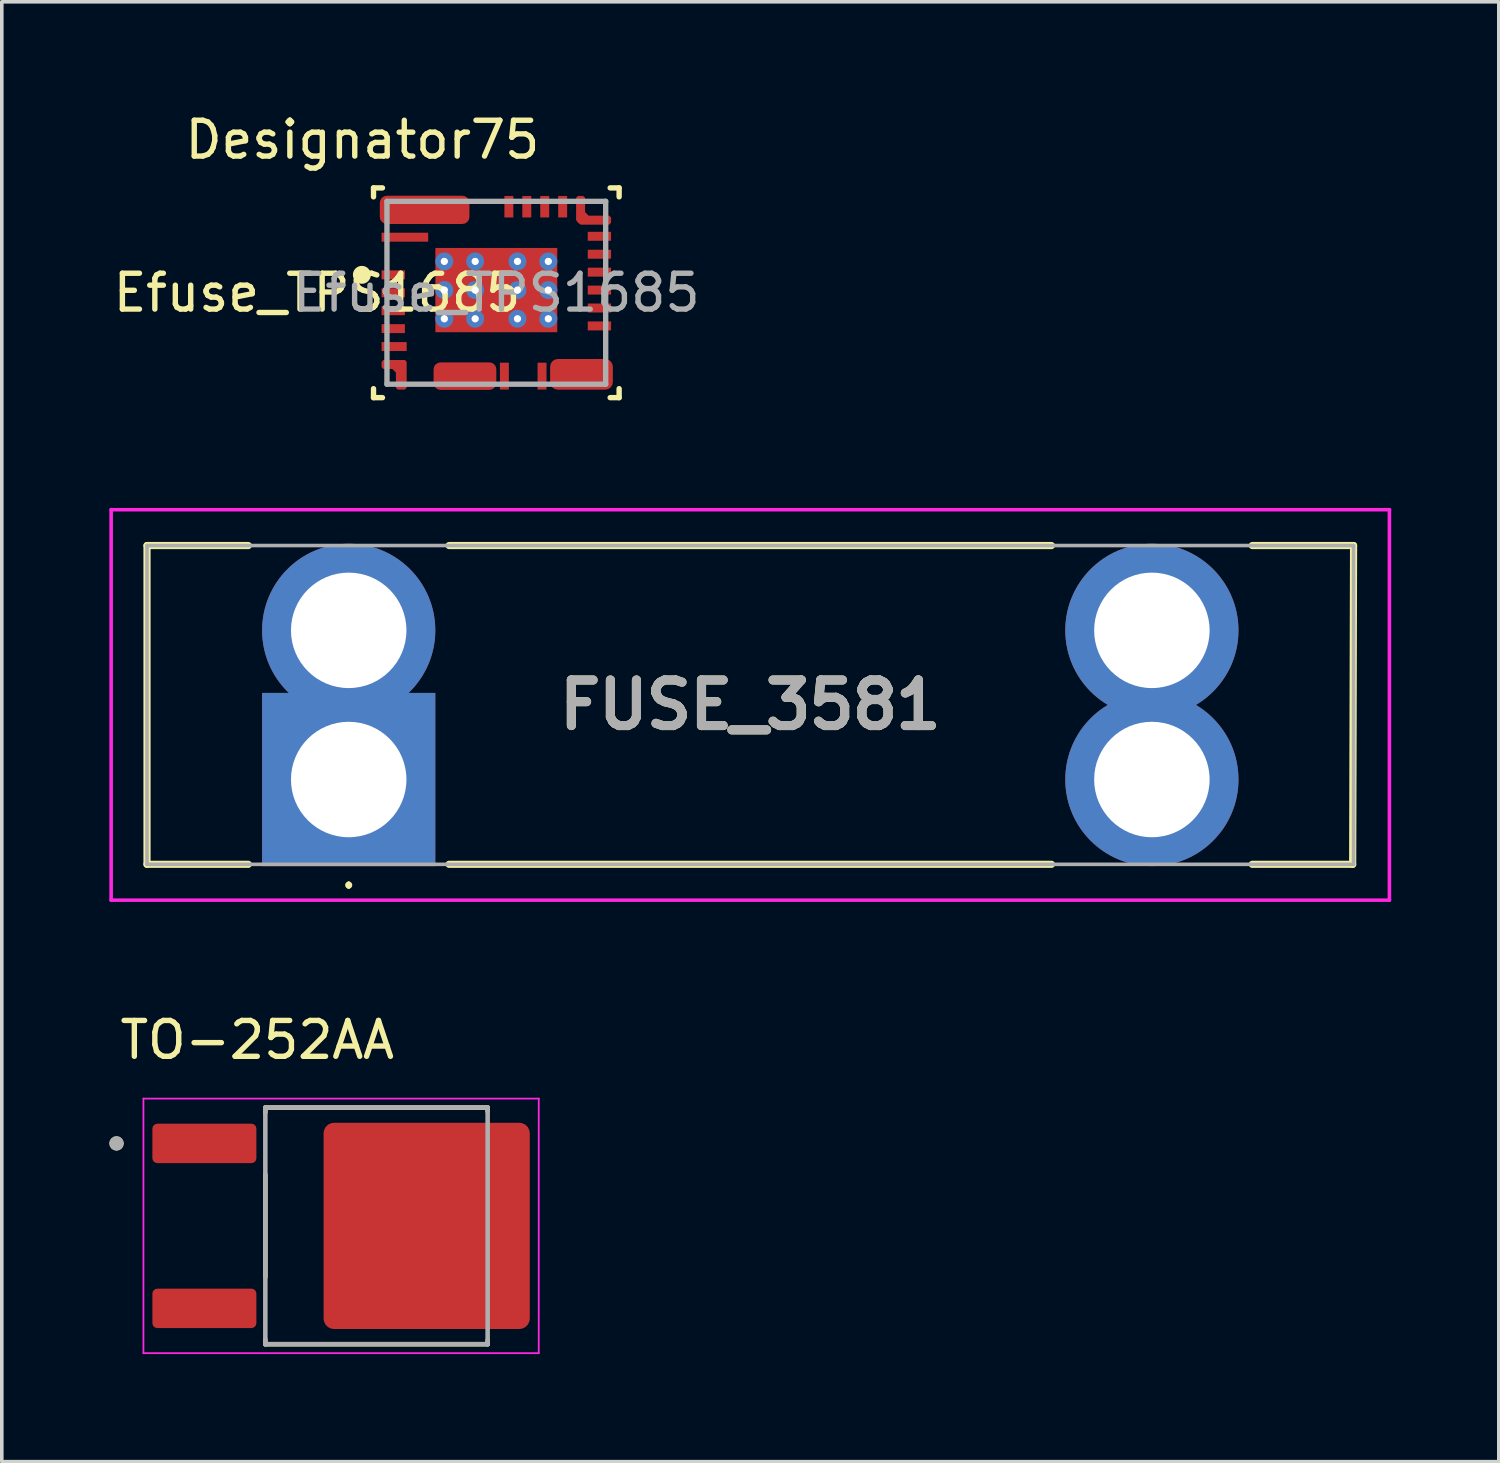
<source format=kicad_pcb>
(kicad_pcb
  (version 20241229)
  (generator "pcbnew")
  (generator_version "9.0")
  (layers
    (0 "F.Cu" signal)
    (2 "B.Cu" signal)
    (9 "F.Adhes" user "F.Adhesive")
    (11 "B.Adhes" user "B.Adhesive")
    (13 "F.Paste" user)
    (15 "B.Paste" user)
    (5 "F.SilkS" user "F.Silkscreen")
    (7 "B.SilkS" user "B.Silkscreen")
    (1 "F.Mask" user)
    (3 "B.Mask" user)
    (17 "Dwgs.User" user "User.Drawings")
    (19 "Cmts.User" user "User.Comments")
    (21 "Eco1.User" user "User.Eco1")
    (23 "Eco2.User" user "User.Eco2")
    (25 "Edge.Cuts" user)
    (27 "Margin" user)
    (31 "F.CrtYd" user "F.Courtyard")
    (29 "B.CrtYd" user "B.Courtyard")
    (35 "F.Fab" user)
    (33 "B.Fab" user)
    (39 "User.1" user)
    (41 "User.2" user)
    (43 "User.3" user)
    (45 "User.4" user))
  (footprint "Efuse_TPS1685"
    (layer "F.Cu")
    (at 10.792 5.115)
    (property "Reference" "Efuse_TPS1685" (at -5 0 0) (unlocked yes) (layer "F.SilkS") (effects (font (size 1 1) (thickness 0.15))))
    (attr smd)
    (fp_poly (pts (xy -3.15 2.125) (xy -3.2 2.075) (xy -3.2 1.925) (xy -3.15 1.875) (xy -2.55 1.875) (xy -2.5 1.925) (xy -2.5 2.65) (xy -2.55 2.7) (xy -2.75 2.7) (xy -2.8 2.65) (xy -2.8 2.225) (xy -2.9 2.125)) (stroke (width 0) (type solid)) (fill yes) (layer "F.Cu"))
    (fp_poly (pts (xy 3.15 -2.15) (xy 3.2 -2.1) (xy 3.2 -1.95) (xy 3.15 -1.9) (xy 2.35 -1.9) (xy 2.225 -2.025) (xy 2.225 -2.65) (xy 2.275 -2.7) (xy 2.425 -2.7) (xy 2.475 -2.65) (xy 2.475 -2.25) (xy 2.575 -2.15)) (stroke (width 0) (type solid)) (fill yes) (layer "F.Cu"))
    (fp_poly (pts (xy -3.15 2.125) (xy -3.2 2.075) (xy -3.2 1.925) (xy -3.15 1.875) (xy -2.55 1.875) (xy -2.5 1.925) (xy -2.5 2.65) (xy -2.55 2.7) (xy -2.75 2.7) (xy -2.8 2.65) (xy -2.8 2.225) (xy -2.9 2.125)) (stroke (width 0) (type solid)) (fill yes) (layer "F.Mask"))
    (fp_poly (pts (xy 3.15 -2.15) (xy 3.2 -2.1) (xy 3.2 -1.95) (xy 3.15 -1.9) (xy 2.35 -1.9) (xy 2.225 -2.025) (xy 2.225 -2.65) (xy 2.275 -2.7) (xy 2.425 -2.7) (xy 2.475 -2.65) (xy 2.475 -2.25) (xy 2.575 -2.15)) (stroke (width 0) (type solid)) (fill yes) (layer "F.Mask"))
    (fp_poly (pts (xy 3.15 1.85) (xy 3.2 1.9) (xy 3.2 2.2) (xy 3.15 2.25) (xy 2.45 2.25) (xy 2.4 2.3) (xy 2.4 2.65) (xy 2.35 2.7) (xy 2.2 2.7) (xy 2.15 2.65) (xy 2.15 2.3) (xy 2.1 2.25) (xy 1.95 2.25) (xy 1.9 2.3) (xy 1.9 2.65) (xy 1.85 2.7) (xy 1.7 2.7) (xy 1.65 2.65) (xy 1.65 2) (xy 1.775 1.85)) (stroke (width 0) (type solid)) (fill yes) (layer "F.Mask"))
    (fp_poly (pts (xy -1.5 2.65) (xy -1.55 2.7) (xy -1.65 2.7) (xy -1.7 2.65) (xy -1.7 2.075) (xy -1.575 1.95) (xy -0.275 1.95) (xy -0.15 2.075) (xy -0.15 2.65) (xy -0.2 2.7) (xy -0.3 2.7) (xy -0.35 2.65) (xy -0.35 2.3) (xy -0.4 2.25) (xy -0.55 2.25) (xy -0.6 2.3) (xy -0.6 2.65) (xy -0.65 2.7) (xy -0.75 2.7) (xy -0.8 2.65) (xy -0.8 2.3) (xy -0.85 2.25) (xy -1 2.25) (xy -1.05 2.3) (xy -1.05 2.65) (xy -1.1 2.7) (xy -1.2 2.7) (xy -1.25 2.65) (xy -1.25 2.3) (xy -1.3 2.25) (xy -1.45 2.25) (xy -1.5 2.3)) (stroke (width 0) (type solid)) (fill yes) (layer "F.Mask"))
    (fp_poly (pts (xy -1.05 -2.7) (xy -1 -2.65) (xy -1 -1.975) (xy -1.05 -1.925) (xy -3.15 -1.925) (xy -3.2 -1.975) (xy -3.2 -2.125) (xy -3.15 -2.175) (xy -2.8 -2.175) (xy -2.75 -2.225) (xy -2.75 -2.65) (xy -2.7 -2.7) (xy -2.55 -2.7) (xy -2.5 -2.65) (xy -2.5 -2.3) (xy -2.45 -2.25) (xy -2.3 -2.25) (xy -2.25 -2.3) (xy -2.25 -2.65) (xy -2.2 -2.7) (xy -2.05 -2.7) (xy -2 -2.65) (xy -2 -2.3) (xy -1.95 -2.25) (xy -1.8 -2.25) (xy -1.75 -2.3) (xy -1.75 -2.65) (xy -1.7 -2.7) (xy -1.55 -2.7) (xy -1.5 -2.65) (xy -1.5 -2.3) (xy -1.45 -2.25) (xy -1.3 -2.25) (xy -1.25 -2.3) (xy -1.25 -2.65) (xy -1.2 -2.7)) (stroke (width 0) (type solid)) (fill yes) (layer "F.Mask"))
    (fp_line (start -3.425 -2.925) (end -3.175 -2.925) (stroke (width 0.15) (type solid)) (layer "F.SilkS"))
    (fp_line (start -3.425 -2.675) (end -3.425 -2.925) (stroke (width 0.15) (type solid)) (layer "F.SilkS"))
    (fp_line (start -3.425 2.925) (end -3.425 2.675) (stroke (width 0.15) (type solid)) (layer "F.SilkS"))
    (fp_line (start -3.425 2.925) (end -3.175 2.925) (stroke (width 0.15) (type solid)) (layer "F.SilkS"))
    (fp_line (start 3.175 -2.925) (end 3.425 -2.925) (stroke (width 0.15) (type solid)) (layer "F.SilkS"))
    (fp_line (start 3.175 2.925) (end 3.425 2.925) (stroke (width 0.15) (type solid)) (layer "F.SilkS"))
    (fp_line (start 3.425 -2.675) (end 3.425 -2.925) (stroke (width 0.15) (type solid)) (layer "F.SilkS"))
    (fp_line (start 3.425 2.925) (end 3.425 2.675) (stroke (width 0.15) (type solid)) (layer "F.SilkS"))
    (fp_circle (center -3.75 -0.5) (end -3.625 -0.5) (stroke (width 0.25) (type solid)) (fill no) (layer "F.SilkS"))
    (fp_poly (pts (xy -1.67 -1.165) (xy -1.62 -1.215) (xy -0.74 -1.215) (xy -0.69 -1.165) (xy -0.69 -0.225) (xy -0.74 -0.175) (xy -1.62 -0.175) (xy -1.67 -0.225)) (stroke (width 0) (type solid)) (fill yes) (layer "F.Paste"))
    (fp_poly (pts (xy -1.67 0.075) (xy -1.62 0.025) (xy -0.74 0.025) (xy -0.69 0.075) (xy -0.69 1.015) (xy -0.74 1.065) (xy -1.62 1.065) (xy -1.67 1.015)) (stroke (width 0) (type solid)) (fill yes) (layer "F.Paste"))
    (fp_poly (pts (xy -0.44 -1.215) (xy 0.44 -1.215) (xy 0.49 -1.165) (xy 0.49 -0.225) (xy 0.44 -0.175) (xy -0.44 -0.175) (xy -0.49 -0.225) (xy -0.49 -1.165)) (stroke (width 0) (type solid)) (fill yes) (layer "F.Paste"))
    (fp_poly (pts (xy 0.49 0.075) (xy 0.49 1.015) (xy 0.44 1.065) (xy -0.44 1.065) (xy -0.49 1.015) (xy -0.49 0.075) (xy -0.44 0.025) (xy 0.44 0.025)) (stroke (width 0) (type solid)) (fill yes) (layer "F.Paste"))
    (fp_poly (pts (xy 0.74 -0.175) (xy 0.69 -0.225) (xy 0.69 -1.165) (xy 0.74 -1.215) (xy 1.62 -1.215) (xy 1.67 -1.165) (xy 1.67 -0.225) (xy 1.62 -0.175)) (stroke (width 0) (type solid)) (fill yes) (layer "F.Paste"))
    (fp_poly (pts (xy 0.74 0.025) (xy 1.62 0.025) (xy 1.67 0.075) (xy 1.67 1.015) (xy 1.62 1.065) (xy 0.74 1.065) (xy 0.69 1.015) (xy 0.69 0.075)) (stroke (width 0) (type solid)) (fill yes) (layer "F.Paste"))
    (fp_poly (pts (xy -3.15 2.125) (xy -3.2 2.075) (xy -3.2 1.925) (xy -3.15 1.875) (xy -2.55 1.875) (xy -2.5 1.925) (xy -2.5 2.65) (xy -2.55 2.7) (xy -2.75 2.7) (xy -2.8 2.65) (xy -2.8 2.225) (xy -2.9 2.125)) (stroke (width 0) (type solid)) (fill yes) (layer "F.Paste"))
    (fp_poly (pts (xy 3.15 -2.15) (xy 3.2 -2.1) (xy 3.2 -1.95) (xy 3.15 -1.9) (xy 2.35 -1.9) (xy 2.225 -2.025) (xy 2.225 -2.65) (xy 2.275 -2.7) (xy 2.425 -2.7) (xy 2.475 -2.65) (xy 2.475 -2.25) (xy 2.575 -2.15)) (stroke (width 0) (type solid)) (fill yes) (layer "F.Paste"))
    (fp_poly (pts (xy 3.15 1.85) (xy 3.2 1.9) (xy 3.2 2.2) (xy 3.15 2.25) (xy 2.45 2.25) (xy 2.4 2.3) (xy 2.4 2.65) (xy 2.35 2.7) (xy 2.2 2.7) (xy 2.15 2.65) (xy 2.15 2.3) (xy 2.1 2.25) (xy 1.95 2.25) (xy 1.9 2.3) (xy 1.9 2.65) (xy 1.85 2.7) (xy 1.7 2.7) (xy 1.65 2.65) (xy 1.65 2) (xy 1.775 1.85)) (stroke (width 0) (type solid)) (fill yes) (layer "F.Paste"))
    (fp_poly (pts (xy -1.5 2.65) (xy -1.55 2.7) (xy -1.65 2.7) (xy -1.7 2.65) (xy -1.7 2.075) (xy -1.575 1.95) (xy -0.275 1.95) (xy -0.15 2.075) (xy -0.15 2.65) (xy -0.2 2.7) (xy -0.3 2.7) (xy -0.35 2.65) (xy -0.35 2.3) (xy -0.4 2.25) (xy -0.55 2.25) (xy -0.6 2.3) (xy -0.6 2.65) (xy -0.65 2.7) (xy -0.75 2.7) (xy -0.8 2.65) (xy -0.8 2.3) (xy -0.85 2.25) (xy -1 2.25) (xy -1.05 2.3) (xy -1.05 2.65) (xy -1.1 2.7) (xy -1.2 2.7) (xy -1.25 2.65) (xy -1.25 2.3) (xy -1.3 2.25) (xy -1.45 2.25) (xy -1.5 2.3)) (stroke (width 0) (type solid)) (fill yes) (layer "F.Paste"))
    (fp_poly (pts (xy -1.05 -2.7) (xy -1 -2.65) (xy -1 -1.975) (xy -1.05 -1.925) (xy -3.15 -1.925) (xy -3.2 -1.975) (xy -3.2 -2.125) (xy -3.15 -2.175) (xy -2.8 -2.175) (xy -2.75 -2.225) (xy -2.75 -2.65) (xy -2.7 -2.7) (xy -2.55 -2.7) (xy -2.5 -2.65) (xy -2.5 -2.3) (xy -2.45 -2.25) (xy -2.3 -2.25) (xy -2.25 -2.3) (xy -2.25 -2.65) (xy -2.2 -2.7) (xy -2.05 -2.7) (xy -2 -2.65) (xy -2 -2.3) (xy -1.95 -2.25) (xy -1.8 -2.25) (xy -1.75 -2.3) (xy -1.75 -2.65) (xy -1.7 -2.7) (xy -1.55 -2.7) (xy -1.5 -2.65) (xy -1.5 -2.3) (xy -1.45 -2.25) (xy -1.3 -2.25) (xy -1.25 -2.3) (xy -1.25 -2.65) (xy -1.2 -2.7)) (stroke (width 0) (type solid)) (fill yes) (layer "F.Paste"))
    (fp_line (start -3.05 -2.55) (end 3.05 -2.55) (stroke (width 0.15) (type solid)) (layer "F.Fab"))
    (fp_line (start -3.05 2.55) (end -3.05 -2.55) (stroke (width 0.15) (type solid)) (layer "F.Fab"))
    (fp_line (start -3.05 2.55) (end 3.05 2.55) (stroke (width 0.15) (type solid)) (layer "F.Fab"))
    (fp_line (start 3.05 2.55) (end 3.05 -2.55) (stroke (width 0.15) (type solid)) (layer "F.Fab"))
    (fp_text user "Designator75" (at -3.734 -4.267 0) (unlocked yes) (layer "F.SilkS") (effects (font (size 1 1) (thickness 0.15))))
    (fp_text user "${REFERENCE}" (at 0 0 0) (unlocked yes) (layer "F.Fab") (effects (font (size 1 1) (thickness 0.15))))
    (pad "1" smd rect (at -2.875 -0.5) (size 0.65 0.25) (layers "F.Cu" "F.Mask" "F.Paste"))
    (pad "2" smd rect (at -2.875 0) (size 0.65 0.25) (layers "F.Cu" "F.Mask" "F.Paste"))
    (pad "3" smd rect (at -2.875 0.5) (size 0.65 0.25) (layers "F.Cu" "F.Mask" "F.Paste"))
    (pad "4" smd rect (at -2.875 1) (size 0.65 0.25) (layers "F.Cu" "F.Mask" "F.Paste"))
    (pad "5" smd rect (at -2.85 1.5) (size 0.7 0.25) (layers "F.Cu" "F.Mask" "F.Paste"))
    (pad "6" smd circle (at -2.675 2.175) (size 0.235 0.235) (layers "F.Cu" "F.Mask" "F.Paste"))
    (pad "7" smd roundrect (at -0.875 2.325) (size 1.75 0.765) (layers "F.Cu") (roundrect_rratio 0.25))
    (pad "8" smd rect (at 0.225 2.325) (size 0.25 0.75) (layers "F.Cu" "F.Mask" "F.Paste"))
    (pad "9" smd rect (at 1.275 2.325) (size 0.25 0.75) (layers "F.Cu" "F.Mask" "F.Paste"))
    (pad "10" smd roundrect (at 2.375 2.275) (size 1.75 0.855) (layers "F.Cu") (roundrect_rratio 0.25))
    (pad "11" smd rect (at 2.875 0.925) (size 0.65 0.25) (layers "F.Cu" "F.Mask" "F.Paste"))
    (pad "12" smd rect (at 2.875 0.425) (size 0.65 0.25) (layers "F.Cu" "F.Mask" "F.Paste"))
    (pad "13" smd rect (at 2.875 -0.075) (size 0.65 0.25) (layers "F.Cu" "F.Mask" "F.Paste"))
    (pad "14" smd rect (at 2.875 -0.575) (size 0.65 0.25) (layers "F.Cu" "F.Mask" "F.Paste"))
    (pad "15" smd rect (at 2.875 -1.075) (size 0.65 0.25) (layers "F.Cu" "F.Mask" "F.Paste"))
    (pad "16" smd rect (at 2.875 -1.575) (size 0.65 0.25) (layers "F.Cu" "F.Mask" "F.Paste"))
    (pad "17" smd circle (at 2.375 -2.05) (size 0.27 0.27) (layers "F.Cu" "F.Mask" "F.Paste"))
    (pad "18" smd rect (at 1.85 -2.4) (size 0.25 0.6) (layers "F.Cu" "F.Mask" "F.Paste"))
    (pad "19" smd rect (at 1.35 -2.4) (size 0.25 0.6) (layers "F.Cu" "F.Mask" "F.Paste"))
    (pad "20" smd rect (at 0.85 -2.4) (size 0.25 0.6) (layers "F.Cu" "F.Mask" "F.Paste"))
    (pad "21" smd rect (at 0.35 -2.4) (size 0.25 0.6) (layers "F.Cu" "F.Mask" "F.Paste"))
    (pad "22" smd roundrect (at -2 -2.312) (size 2.5 0.788) (layers "F.Cu") (roundrect_rratio 0.25))
    (pad "23" smd rect (at -2.55 -1.55) (size 1.3 0.25) (layers "F.Cu" "F.Mask" "F.Paste"))
    (pad "24" thru_hole circle (at -1.45 -0.875) (size 0.5 0.5) (drill 0.203) (layers "*.Cu" "*.Mask"))
    (pad "24" thru_hole circle (at -1.45 -0.075) (size 0.5 0.5) (drill 0.203) (layers "*.Cu" "*.Mask"))
    (pad "24" thru_hole circle (at -1.45 0.725) (size 0.5 0.5) (drill 0.203) (layers "*.Cu" "*.Mask"))
    (pad "24" thru_hole circle (at -0.59 -0.875) (size 0.5 0.5) (drill 0.203) (layers "*.Cu" "*.Mask"))
    (pad "24" thru_hole circle (at -0.59 -0.075) (size 0.5 0.5) (drill 0.203) (layers "*.Cu" "*.Mask"))
    (pad "24" thru_hole circle (at -0.59 0.725) (size 0.5 0.5) (drill 0.203) (layers "*.Cu" "*.Mask"))
    (pad "24" smd rect (at 0 -0.075) (size 3.4 2.35) (layers "F.Cu" "F.Mask"))
    (pad "24" thru_hole circle (at 0.59 -0.875) (size 0.5 0.5) (drill 0.203) (layers "*.Cu" "*.Mask"))
    (pad "24" thru_hole circle (at 0.59 -0.075) (size 0.5 0.5) (drill 0.203) (layers "*.Cu" "*.Mask"))
    (pad "24" thru_hole circle (at 0.59 0.725) (size 0.5 0.5) (drill 0.203) (layers "*.Cu" "*.Mask"))
    (pad "24" thru_hole circle (at 1.45 -0.875) (size 0.5 0.5) (drill 0.203) (layers "*.Cu" "*.Mask"))
    (pad "24" thru_hole circle (at 1.45 -0.075) (size 0.5 0.5) (drill 0.203) (layers "*.Cu" "*.Mask"))
    (pad "24" thru_hole circle (at 1.45 0.725) (size 0.5 0.5) (drill 0.203) (layers "*.Cu" "*.Mask")))
  (footprint "TO-252AA"
    (layer "F.Cu")
    (at 6.5 31.139)
    (property "Reference" "TO-252AA" (at -2.375 -5.185 0) (layer "F.SilkS") (effects (font (size 1 1) (thickness 0.15))))
    (attr smd)
    (fp_line (start -2.15 -3.3) (end 4.05 -3.3) (stroke (width 0.127) (type solid)) (layer "F.SilkS"))
    (fp_line (start -2.15 -3.17) (end -2.15 -3.3) (stroke (width 0.127) (type solid)) (layer "F.SilkS"))
    (fp_line (start -2.15 -1.43) (end -2.15 1.43) (stroke (width 0.127) (type solid)) (layer "F.SilkS"))
    (fp_line (start -2.15 3.3) (end -2.15 3.17) (stroke (width 0.127) (type solid)) (layer "F.SilkS"))
    (fp_line (start 4.05 -3.3) (end 4.05 -3.195) (stroke (width 0.127) (type solid)) (layer "F.SilkS"))
    (fp_line (start 4.05 3.3) (end -2.15 3.3) (stroke (width 0.127) (type solid)) (layer "F.SilkS"))
    (fp_line (start 4.05 3.3) (end 4.05 3.195) (stroke (width 0.127) (type solid)) (layer "F.SilkS"))
    (fp_circle (center -6.3 -2.3) (end -6.2 -2.3) (stroke (width 0.2) (type solid)) (fill no) (layer "F.SilkS"))
    (fp_poly (pts (xy 0.005 -2.345) (xy 1.825 -2.345) (xy 1.825 -0.525) (xy 0.005 -0.525)) (stroke (width 0.01) (type solid)) (fill yes) (layer "F.Paste"))
    (fp_poly (pts (xy 0.005 0.525) (xy 1.825 0.525) (xy 1.825 2.345) (xy 0.005 2.345)) (stroke (width 0.01) (type solid)) (fill yes) (layer "F.Paste"))
    (fp_poly (pts (xy 2.875 -2.345) (xy 4.695 -2.345) (xy 4.695 -0.525) (xy 2.875 -0.525)) (stroke (width 0.01) (type solid)) (fill yes) (layer "F.Paste"))
    (fp_poly (pts (xy 2.875 0.525) (xy 4.695 0.525) (xy 4.695 2.345) (xy 2.875 2.345)) (stroke (width 0.01) (type solid)) (fill yes) (layer "F.Paste"))
    (fp_line (start -5.55 -3.55) (end -5.55 3.55) (stroke (width 0.05) (type solid)) (layer "F.CrtYd"))
    (fp_line (start -5.55 3.55) (end 5.475 3.55) (stroke (width 0.05) (type solid)) (layer "F.CrtYd"))
    (fp_line (start 5.475 -3.55) (end -5.55 -3.55) (stroke (width 0.05) (type solid)) (layer "F.CrtYd"))
    (fp_line (start 5.475 3.55) (end 5.475 -3.55) (stroke (width 0.05) (type solid)) (layer "F.CrtYd"))
    (fp_line (start -2.15 -3.3) (end 4.05 -3.3) (stroke (width 0.127) (type solid)) (layer "F.Fab"))
    (fp_line (start -2.15 3.3) (end -2.15 -3.3) (stroke (width 0.127) (type solid)) (layer "F.Fab"))
    (fp_line (start 4.05 -3.3) (end 4.05 3.3) (stroke (width 0.127) (type solid)) (layer "F.Fab"))
    (fp_line (start 4.05 3.3) (end -2.15 3.3) (stroke (width 0.127) (type solid)) (layer "F.Fab"))
    (fp_circle (center -6.3 -2.3) (end -6.2 -2.3) (stroke (width 0.2) (type solid)) (fill no) (layer "F.Fab"))
    (pad "1" smd roundrect (at -3.85 -2.3) (size 2.9 1.1) (layers "F.Cu" "F.Mask" "F.Paste") (roundrect_rratio 0.125))
    (pad "3" smd roundrect (at -3.85 2.3) (size 2.9 1.1) (layers "F.Cu" "F.Mask" "F.Paste") (roundrect_rratio 0.125))
    (pad "4" smd roundrect (at 2.35 0) (size 5.75 5.75) (layers "F.Cu" "F.Mask") (roundrect_rratio 0.05)))
  (footprint "FUSE_3581"
    (layer "F.Cu")
    (at 6.675 18.69)
    (property "Reference" "FUSE_3581" (at 11.2 -2.08 0) (layer "F.SilkS") (effects (font (size 1.27 1.27) (thickness 0.254))))
    (attr through_hole)
    (fp_line (start -5.625 -6.525) (end -2.8 -6.525) (stroke (width 0.2) (type solid)) (layer "F.SilkS"))
    (fp_line (start -5.625 2.365) (end -5.625 -6.525) (stroke (width 0.2) (type solid)) (layer "F.SilkS"))
    (fp_line (start -2.8 2.365) (end -5.625 2.365) (stroke (width 0.2) (type solid)) (layer "F.SilkS"))
    (fp_line (start 0 2.895) (end 0 2.895) (stroke (width 0.1) (type solid)) (layer "F.SilkS"))
    (fp_line (start 0 2.995) (end 0 2.995) (stroke (width 0.1) (type solid)) (layer "F.SilkS"))
    (fp_line (start 2.8 -6.525) (end 19.6 -6.525) (stroke (width 0.2) (type solid)) (layer "F.SilkS"))
    (fp_line (start 2.8 2.365) (end 19.6 2.365) (stroke (width 0.2) (type solid)) (layer "F.SilkS"))
    (fp_line (start 25.2 -6.525) (end 28.025 -6.525) (stroke (width 0.2) (type solid)) (layer "F.SilkS"))
    (fp_line (start 28 2.365) (end 25.2 2.365) (stroke (width 0.2) (type solid)) (layer "F.SilkS"))
    (fp_line (start 28.025 -6.525) (end 28 2.365) (stroke (width 0.2) (type solid)) (layer "F.SilkS"))
    (fp_arc (start 0 2.895) (mid 0.05 2.945) (end 0 2.995) (stroke (width 0.1) (type solid)) (layer "F.SilkS"))
    (fp_arc (start 0 2.995) (mid -0.05 2.945) (end 0 2.895) (stroke (width 0.1) (type solid)) (layer "F.SilkS"))
    (fp_line (start -6.625 -7.525) (end 29.025 -7.525) (stroke (width 0.1) (type solid)) (layer "F.CrtYd"))
    (fp_line (start -6.625 3.365) (end -6.625 -7.525) (stroke (width 0.1) (type solid)) (layer "F.CrtYd"))
    (fp_line (start 29.025 -7.525) (end 29.025 3.365) (stroke (width 0.1) (type solid)) (layer "F.CrtYd"))
    (fp_line (start 29.025 3.365) (end -6.625 3.365) (stroke (width 0.1) (type solid)) (layer "F.CrtYd"))
    (fp_line (start -5.625 -6.525) (end 28.025 -6.525) (stroke (width 0.1) (type solid)) (layer "F.Fab"))
    (fp_line (start -5.625 2.365) (end -5.625 -6.525) (stroke (width 0.1) (type solid)) (layer "F.Fab"))
    (fp_line (start 28.025 -6.525) (end 28.025 2.365) (stroke (width 0.1) (type solid)) (layer "F.Fab"))
    (fp_line (start 28.025 2.365) (end -5.625 2.365) (stroke (width 0.1) (type solid)) (layer "F.Fab"))
    (fp_text user "${REFERENCE}" (at 11.2 -2.08 0) (layer "F.Fab") (effects (font (size 1.27 1.27) (thickness 0.254))))
    (pad "1" thru_hole circle (at 0 -4.16) (size 4.83 4.83) (drill 3.22) (layers "*.Cu" "*.Mask"))
    (pad "1" thru_hole rect (at 0 0) (size 4.83 4.83) (drill 3.22) (layers "*.Cu" "*.Mask"))
    (pad "2" thru_hole circle (at 22.4 -4.16) (size 4.83 4.83) (drill 3.22) (layers "*.Cu" "*.Mask"))
    (pad "2" thru_hole circle (at 22.4 0) (size 4.83 4.83) (drill 3.22) (layers "*.Cu" "*.Mask")))
  (gr_rect
    (start -3 -3)
    (end 38.75 37.714)
    (stroke (width 0.1) (type default))
    (fill no)
    (layer "Edge.Cuts")))
</source>
